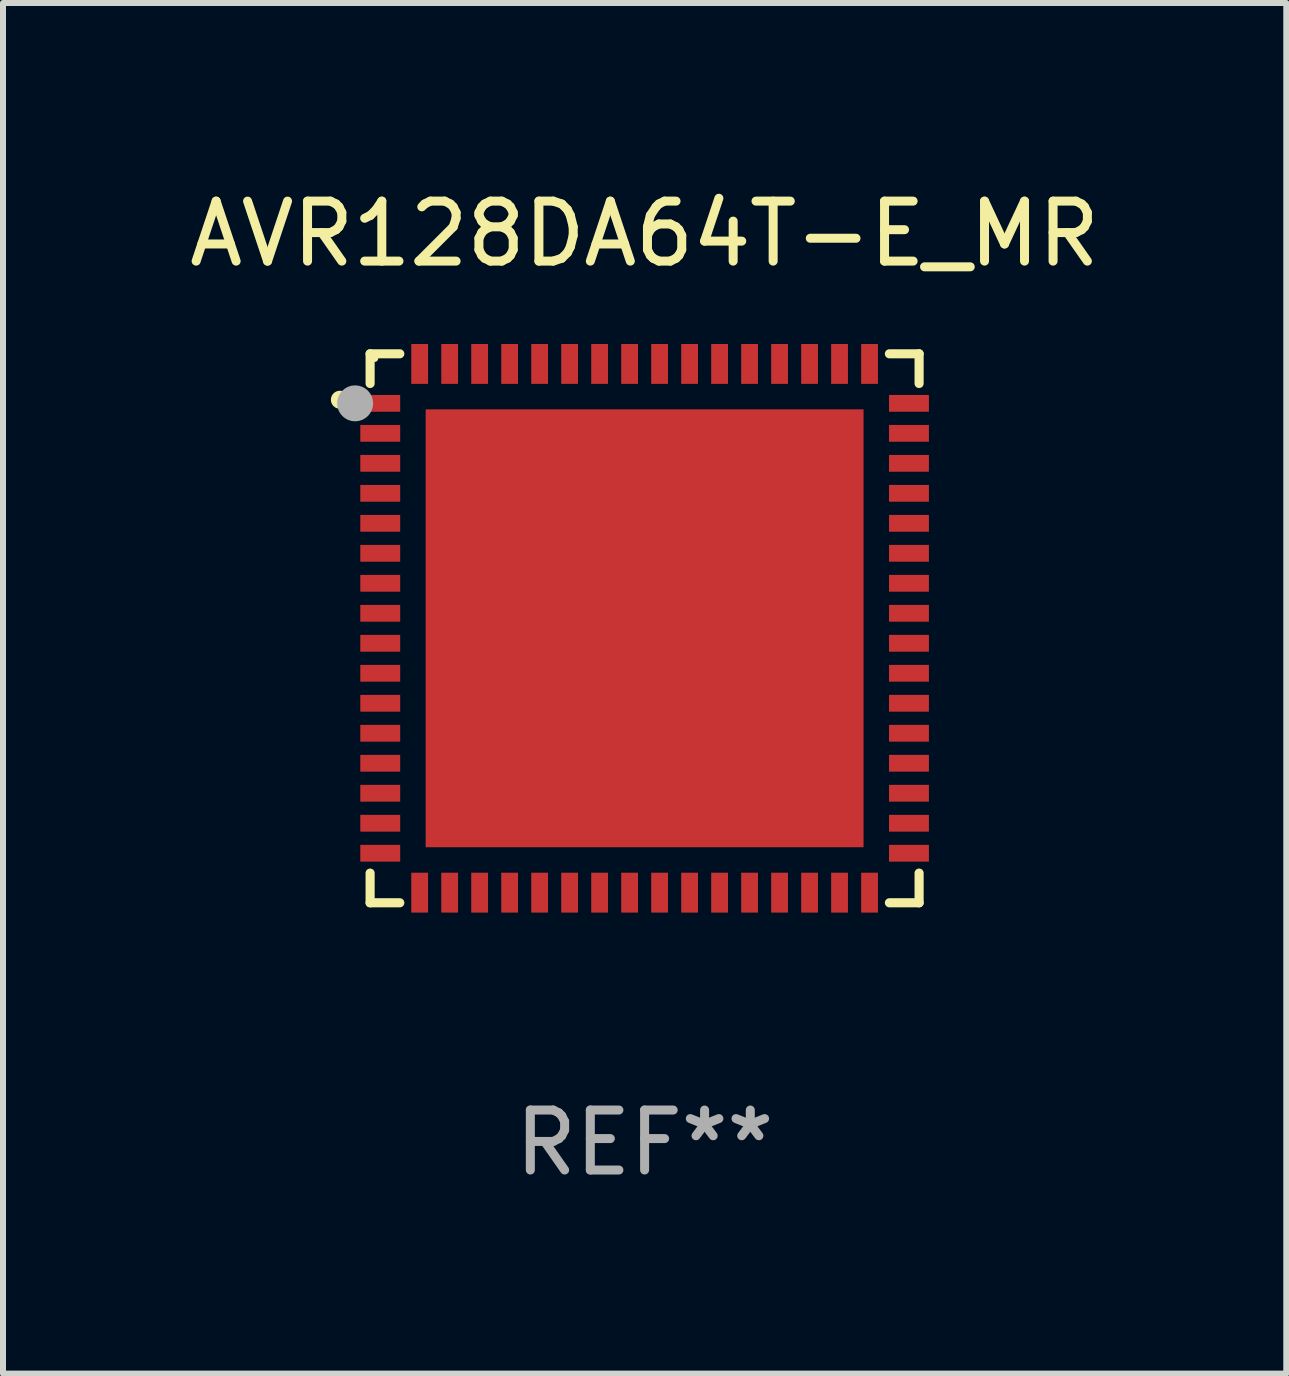
<source format=kicad_pcb>
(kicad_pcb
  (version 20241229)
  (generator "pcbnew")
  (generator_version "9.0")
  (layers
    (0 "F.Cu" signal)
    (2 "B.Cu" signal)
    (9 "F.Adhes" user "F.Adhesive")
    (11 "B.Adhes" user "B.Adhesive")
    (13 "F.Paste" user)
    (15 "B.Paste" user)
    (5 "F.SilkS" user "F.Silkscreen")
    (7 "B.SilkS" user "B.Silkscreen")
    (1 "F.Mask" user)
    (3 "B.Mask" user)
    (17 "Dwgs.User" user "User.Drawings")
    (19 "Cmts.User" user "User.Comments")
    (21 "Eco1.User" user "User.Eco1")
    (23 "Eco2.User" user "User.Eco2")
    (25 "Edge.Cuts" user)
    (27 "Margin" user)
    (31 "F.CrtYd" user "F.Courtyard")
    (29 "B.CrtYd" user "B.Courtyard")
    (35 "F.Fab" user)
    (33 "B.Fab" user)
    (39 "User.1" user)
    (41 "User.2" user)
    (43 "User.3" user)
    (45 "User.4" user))
  (footprint "AVR128DA64T-E_MR"
    (layer "F.Cu")
    (at 7.696 7.424)
    (property "Reference" "AVR128DA64T-E_MR" (at 0 -6.576 0) (layer "F.SilkS") (effects (font (size 1 1) (thickness 0.15))))
    (attr through_hole)
    (fp_line (start -4.576 -4.576) (end -4.576 -4.081) (stroke (width 0.152) (type solid)) (layer "F.SilkS"))
    (fp_line (start -4.576 4.576) (end -4.576 4.081) (stroke (width 0.152) (type solid)) (layer "F.SilkS"))
    (fp_line (start -4.081 -4.576) (end -4.576 -4.576) (stroke (width 0.152) (type solid)) (layer "F.SilkS"))
    (fp_line (start -4.081 4.576) (end -4.576 4.576) (stroke (width 0.152) (type solid)) (layer "F.SilkS"))
    (fp_line (start 4.081 -4.576) (end 4.576 -4.576) (stroke (width 0.152) (type solid)) (layer "F.SilkS"))
    (fp_line (start 4.081 4.576) (end 4.576 4.576) (stroke (width 0.152) (type solid)) (layer "F.SilkS"))
    (fp_line (start 4.576 -4.576) (end 4.576 -4.081) (stroke (width 0.152) (type solid)) (layer "F.SilkS"))
    (fp_line (start 4.576 4.576) (end 4.576 4.081) (stroke (width 0.152) (type solid)) (layer "F.SilkS"))
    (fp_circle (center -5.08 -3.81) (end -5.005 -3.81) (stroke (width 0.15) (type solid)) (fill no) (layer "F.SilkS"))
    (fp_circle (center -4.5 -4.5) (end -4.47 -4.5) (stroke (width 0.06) (type solid)) (fill no) (layer "F.SilkS"))
    (fp_circle (center -4.826 -3.75) (end -4.676 -3.75) (stroke (width 0.3) (type solid)) (fill no) (layer "F.Fab"))
    (fp_text user "REF**" (at 0 8.576 0) (layer "F.Fab") (effects (font (size 1 1) (thickness 0.15))))
    (pad "1" smd rect (at -4.407 -3.75) (size 0.665 0.28) (layers "F.Cu" "F.Mask" "F.Paste"))
    (pad "2" smd rect (at -4.407 -3.25) (size 0.665 0.28) (layers "F.Cu" "F.Mask" "F.Paste"))
    (pad "3" smd rect (at -4.407 -2.75) (size 0.665 0.28) (layers "F.Cu" "F.Mask" "F.Paste"))
    (pad "4" smd rect (at -4.407 -2.25) (size 0.665 0.28) (layers "F.Cu" "F.Mask" "F.Paste"))
    (pad "5" smd rect (at -4.407 -1.75) (size 0.665 0.28) (layers "F.Cu" "F.Mask" "F.Paste"))
    (pad "6" smd rect (at -4.407 -1.25) (size 0.665 0.28) (layers "F.Cu" "F.Mask" "F.Paste"))
    (pad "7" smd rect (at -4.407 -0.75) (size 0.665 0.28) (layers "F.Cu" "F.Mask" "F.Paste"))
    (pad "8" smd rect (at -4.407 -0.25) (size 0.665 0.28) (layers "F.Cu" "F.Mask" "F.Paste"))
    (pad "9" smd rect (at -4.407 0.25) (size 0.665 0.28) (layers "F.Cu" "F.Mask" "F.Paste"))
    (pad "10" smd rect (at -4.407 0.75) (size 0.665 0.28) (layers "F.Cu" "F.Mask" "F.Paste"))
    (pad "11" smd rect (at -4.407 1.25) (size 0.665 0.28) (layers "F.Cu" "F.Mask" "F.Paste"))
    (pad "12" smd rect (at -4.407 1.75) (size 0.665 0.28) (layers "F.Cu" "F.Mask" "F.Paste"))
    (pad "13" smd rect (at -4.407 2.25) (size 0.665 0.28) (layers "F.Cu" "F.Mask" "F.Paste"))
    (pad "14" smd rect (at -4.407 2.75) (size 0.665 0.28) (layers "F.Cu" "F.Mask" "F.Paste"))
    (pad "15" smd rect (at -4.407 3.25) (size 0.665 0.28) (layers "F.Cu" "F.Mask" "F.Paste"))
    (pad "16" smd rect (at -4.407 3.75) (size 0.665 0.28) (layers "F.Cu" "F.Mask" "F.Paste"))
    (pad "17" smd rect (at -3.75 4.407) (size 0.28 0.665) (layers "F.Cu" "F.Mask" "F.Paste"))
    (pad "18" smd rect (at -3.25 4.407) (size 0.28 0.665) (layers "F.Cu" "F.Mask" "F.Paste"))
    (pad "19" smd rect (at -2.75 4.407) (size 0.28 0.665) (layers "F.Cu" "F.Mask" "F.Paste"))
    (pad "20" smd rect (at -2.25 4.407) (size 0.28 0.665) (layers "F.Cu" "F.Mask" "F.Paste"))
    (pad "21" smd rect (at -1.75 4.407) (size 0.28 0.665) (layers "F.Cu" "F.Mask" "F.Paste"))
    (pad "22" smd rect (at -1.25 4.407) (size 0.28 0.665) (layers "F.Cu" "F.Mask" "F.Paste"))
    (pad "23" smd rect (at -0.75 4.407) (size 0.28 0.665) (layers "F.Cu" "F.Mask" "F.Paste"))
    (pad "24" smd rect (at -0.25 4.407) (size 0.28 0.665) (layers "F.Cu" "F.Mask" "F.Paste"))
    (pad "25" smd rect (at 0.25 4.407) (size 0.28 0.665) (layers "F.Cu" "F.Mask" "F.Paste"))
    (pad "26" smd rect (at 0.75 4.407) (size 0.28 0.665) (layers "F.Cu" "F.Mask" "F.Paste"))
    (pad "27" smd rect (at 1.25 4.407) (size 0.28 0.665) (layers "F.Cu" "F.Mask" "F.Paste"))
    (pad "28" smd rect (at 1.75 4.407) (size 0.28 0.665) (layers "F.Cu" "F.Mask" "F.Paste"))
    (pad "29" smd rect (at 2.25 4.407) (size 0.28 0.665) (layers "F.Cu" "F.Mask" "F.Paste"))
    (pad "30" smd rect (at 2.75 4.407) (size 0.28 0.665) (layers "F.Cu" "F.Mask" "F.Paste"))
    (pad "31" smd rect (at 3.25 4.407) (size 0.28 0.665) (layers "F.Cu" "F.Mask" "F.Paste"))
    (pad "32" smd rect (at 3.75 4.407) (size 0.28 0.665) (layers "F.Cu" "F.Mask" "F.Paste"))
    (pad "33" smd rect (at 4.407 3.75) (size 0.665 0.28) (layers "F.Cu" "F.Mask" "F.Paste"))
    (pad "34" smd rect (at 4.407 3.25) (size 0.665 0.28) (layers "F.Cu" "F.Mask" "F.Paste"))
    (pad "35" smd rect (at 4.407 2.75) (size 0.665 0.28) (layers "F.Cu" "F.Mask" "F.Paste"))
    (pad "36" smd rect (at 4.407 2.25) (size 0.665 0.28) (layers "F.Cu" "F.Mask" "F.Paste"))
    (pad "37" smd rect (at 4.407 1.75) (size 0.665 0.28) (layers "F.Cu" "F.Mask" "F.Paste"))
    (pad "38" smd rect (at 4.407 1.25) (size 0.665 0.28) (layers "F.Cu" "F.Mask" "F.Paste"))
    (pad "39" smd rect (at 4.407 0.75) (size 0.665 0.28) (layers "F.Cu" "F.Mask" "F.Paste"))
    (pad "40" smd rect (at 4.407 0.25) (size 0.665 0.28) (layers "F.Cu" "F.Mask" "F.Paste"))
    (pad "41" smd rect (at 4.407 -0.25) (size 0.665 0.28) (layers "F.Cu" "F.Mask" "F.Paste"))
    (pad "42" smd rect (at 4.407 -0.75) (size 0.665 0.28) (layers "F.Cu" "F.Mask" "F.Paste"))
    (pad "43" smd rect (at 4.407 -1.25) (size 0.665 0.28) (layers "F.Cu" "F.Mask" "F.Paste"))
    (pad "44" smd rect (at 4.407 -1.75) (size 0.665 0.28) (layers "F.Cu" "F.Mask" "F.Paste"))
    (pad "45" smd rect (at 4.407 -2.25) (size 0.665 0.28) (layers "F.Cu" "F.Mask" "F.Paste"))
    (pad "46" smd rect (at 4.407 -2.75) (size 0.665 0.28) (layers "F.Cu" "F.Mask" "F.Paste"))
    (pad "47" smd rect (at 4.407 -3.25) (size 0.665 0.28) (layers "F.Cu" "F.Mask" "F.Paste"))
    (pad "48" smd rect (at 4.407 -3.75) (size 0.665 0.28) (layers "F.Cu" "F.Mask" "F.Paste"))
    (pad "49" smd rect (at 3.75 -4.407) (size 0.28 0.665) (layers "F.Cu" "F.Mask" "F.Paste"))
    (pad "50" smd rect (at 3.25 -4.407) (size 0.28 0.665) (layers "F.Cu" "F.Mask" "F.Paste"))
    (pad "51" smd rect (at 2.75 -4.407) (size 0.28 0.665) (layers "F.Cu" "F.Mask" "F.Paste"))
    (pad "52" smd rect (at 2.25 -4.407) (size 0.28 0.665) (layers "F.Cu" "F.Mask" "F.Paste"))
    (pad "53" smd rect (at 1.75 -4.407) (size 0.28 0.665) (layers "F.Cu" "F.Mask" "F.Paste"))
    (pad "54" smd rect (at 1.25 -4.407) (size 0.28 0.665) (layers "F.Cu" "F.Mask" "F.Paste"))
    (pad "55" smd rect (at 0.75 -4.407) (size 0.28 0.665) (layers "F.Cu" "F.Mask" "F.Paste"))
    (pad "56" smd rect (at 0.25 -4.407) (size 0.28 0.665) (layers "F.Cu" "F.Mask" "F.Paste"))
    (pad "57" smd rect (at -0.25 -4.407) (size 0.28 0.665) (layers "F.Cu" "F.Mask" "F.Paste"))
    (pad "58" smd rect (at -0.75 -4.407) (size 0.28 0.665) (layers "F.Cu" "F.Mask" "F.Paste"))
    (pad "59" smd rect (at -1.25 -4.407) (size 0.28 0.665) (layers "F.Cu" "F.Mask" "F.Paste"))
    (pad "60" smd rect (at -1.75 -4.407) (size 0.28 0.665) (layers "F.Cu" "F.Mask" "F.Paste"))
    (pad "61" smd rect (at -2.25 -4.407) (size 0.28 0.665) (layers "F.Cu" "F.Mask" "F.Paste"))
    (pad "62" smd rect (at -2.75 -4.407) (size 0.28 0.665) (layers "F.Cu" "F.Mask" "F.Paste"))
    (pad "63" smd rect (at -3.25 -4.407) (size 0.28 0.665) (layers "F.Cu" "F.Mask" "F.Paste"))
    (pad "64" smd rect (at -3.75 -4.407) (size 0.28 0.665) (layers "F.Cu" "F.Mask" "F.Paste"))
    (pad "65" smd rect (at 0 0) (size 7.3 7.3) (layers "F.Cu" "F.Mask" "F.Paste")))
  (gr_rect
    (start -3 -3)
    (end 18.393 19.849)
    (stroke (width 0.1) (type default))
    (fill no)
    (layer "Edge.Cuts")))
</source>
